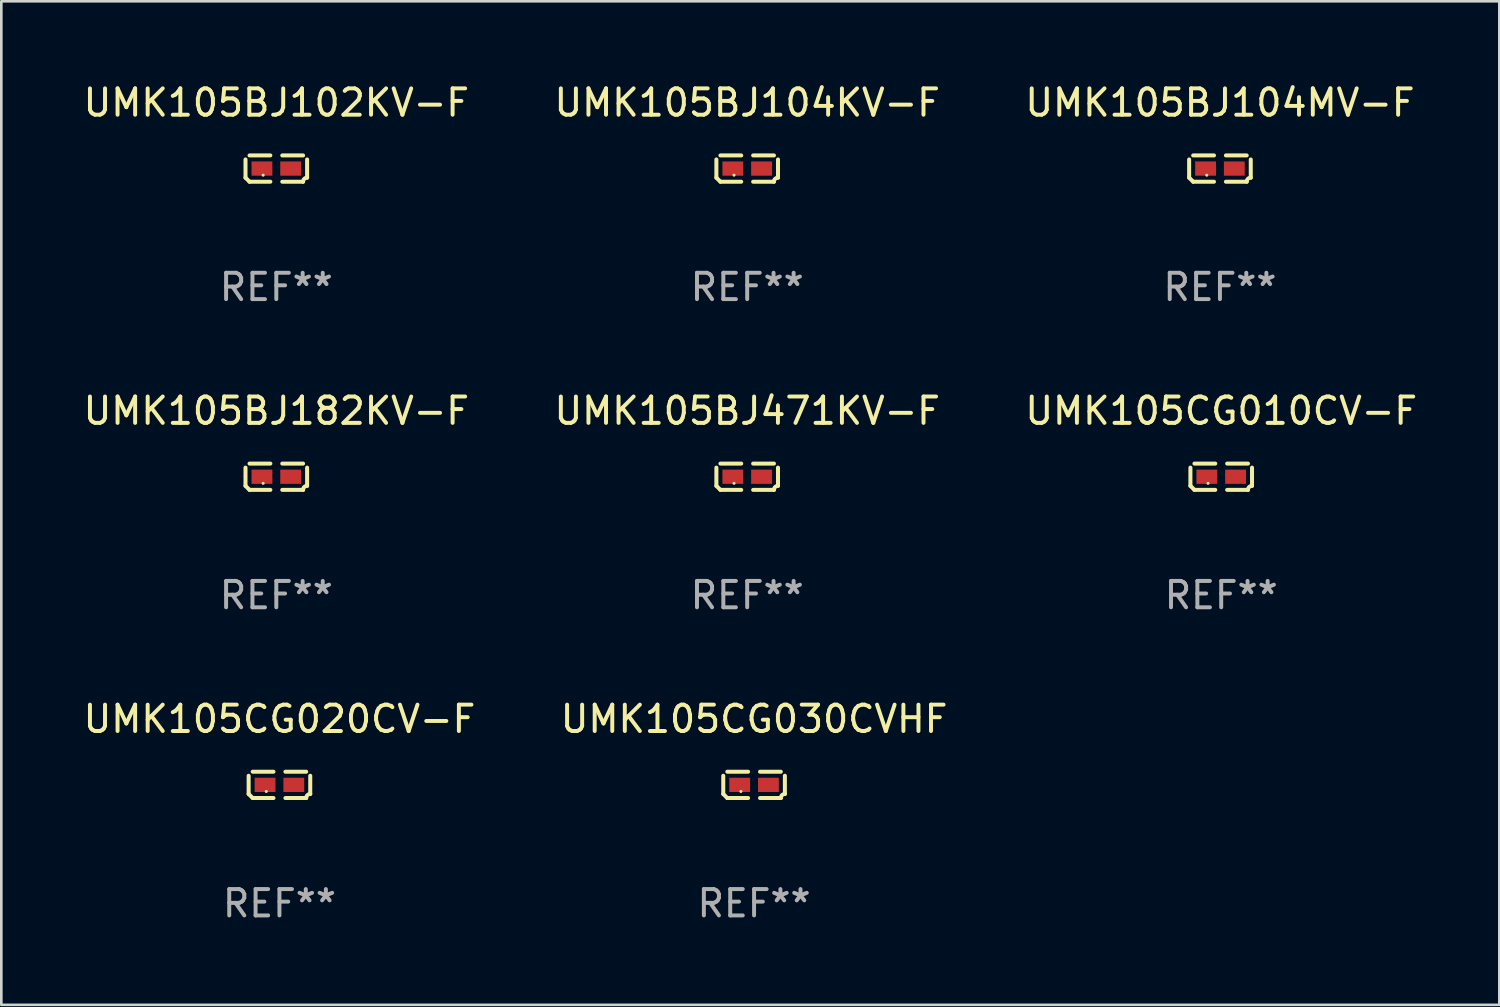
<source format=kicad_pcb>
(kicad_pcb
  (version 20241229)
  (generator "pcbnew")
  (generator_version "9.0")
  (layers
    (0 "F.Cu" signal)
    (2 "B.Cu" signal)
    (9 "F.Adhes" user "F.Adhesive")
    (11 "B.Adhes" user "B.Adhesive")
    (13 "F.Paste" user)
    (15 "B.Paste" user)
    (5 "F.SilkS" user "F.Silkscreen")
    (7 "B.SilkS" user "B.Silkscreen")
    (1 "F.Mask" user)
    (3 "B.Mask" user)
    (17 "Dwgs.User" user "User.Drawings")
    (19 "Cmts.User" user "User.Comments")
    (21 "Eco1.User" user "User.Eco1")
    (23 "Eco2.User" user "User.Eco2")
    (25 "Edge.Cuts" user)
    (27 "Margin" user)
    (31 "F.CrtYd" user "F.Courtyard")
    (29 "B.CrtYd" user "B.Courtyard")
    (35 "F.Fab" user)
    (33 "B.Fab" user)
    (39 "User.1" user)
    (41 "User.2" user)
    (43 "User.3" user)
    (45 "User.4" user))
  (footprint "UMK105BJ102KV-F"
    (layer "F.Cu")
    (at 7.435 3.347)
    (property "Reference" "UMK105BJ102KV-F" (at 0 -2.499 0) (layer "F.SilkS") (effects (font (size 1 1) (thickness 0.15))))
    (attr through_hole)
    (fp_line (start -1.169 0.346) (end -1.169 -0.346) (stroke (width 0.152) (type solid)) (layer "F.SilkS"))
    (fp_line (start -1.016 -0.499) (end -0.226 -0.499) (stroke (width 0.152) (type solid)) (layer "F.SilkS"))
    (fp_line (start -0.226 0.499) (end -1.016 0.499) (stroke (width 0.152) (type solid)) (layer "F.SilkS"))
    (fp_line (start 0.226 0.499) (end 1.016 0.499) (stroke (width 0.152) (type solid)) (layer "F.SilkS"))
    (fp_line (start 1.016 -0.499) (end 0.226 -0.499) (stroke (width 0.152) (type solid)) (layer "F.SilkS"))
    (fp_line (start 1.169 0.346) (end 1.169 -0.346) (stroke (width 0.152) (type solid)) (layer "F.SilkS"))
    (fp_arc (start -1.016307 0.498603) (mid -1.092512 0.422405) (end -1.16871 0.3462) (stroke (width 0.1524) (type solid)) (layer "F.SilkS"))
    (fp_arc (start 1.016307 0.498603) (mid 1.060899 0.390758) (end 1.168707 0.346076) (stroke (width 0.1524) (type solid)) (layer "F.SilkS"))
    (fp_circle (center -0.5 0.25) (end -0.47 0.25) (stroke (width 0.06) (type solid)) (fill no) (layer "F.SilkS"))
    (fp_text user "REF**" (at 0 4.499 0) (layer "F.Fab") (effects (font (size 1 1) (thickness 0.15))))
    (pad "1" smd rect (at -0.545 0) (size 0.79 0.54) (layers "F.Cu" "F.Mask" "F.Paste"))
    (pad "2" smd rect (at 0.545 0) (size 0.79 0.54) (layers "F.Cu" "F.Mask" "F.Paste")))
  (footprint "UMK105CG030CVHF"
    (layer "F.Cu")
    (at 25.565 26.734)
    (property "Reference" "UMK105CG030CVHF" (at 0 -2.499 0) (layer "F.SilkS") (effects (font (size 1 1) (thickness 0.15))))
    (attr through_hole)
    (fp_line (start -1.169 0.346) (end -1.169 -0.346) (stroke (width 0.152) (type solid)) (layer "F.SilkS"))
    (fp_line (start -1.016 -0.499) (end -0.226 -0.499) (stroke (width 0.152) (type solid)) (layer "F.SilkS"))
    (fp_line (start -0.226 0.499) (end -1.016 0.499) (stroke (width 0.152) (type solid)) (layer "F.SilkS"))
    (fp_line (start 0.226 0.499) (end 1.016 0.499) (stroke (width 0.152) (type solid)) (layer "F.SilkS"))
    (fp_line (start 1.016 -0.499) (end 0.226 -0.499) (stroke (width 0.152) (type solid)) (layer "F.SilkS"))
    (fp_line (start 1.169 0.346) (end 1.169 -0.346) (stroke (width 0.152) (type solid)) (layer "F.SilkS"))
    (fp_arc (start -1.016307 0.498603) (mid -1.092512 0.422405) (end -1.16871 0.3462) (stroke (width 0.1524) (type solid)) (layer "F.SilkS"))
    (fp_arc (start 1.016307 0.498603) (mid 1.060899 0.390758) (end 1.168707 0.346076) (stroke (width 0.1524) (type solid)) (layer "F.SilkS"))
    (fp_circle (center -0.5 0.25) (end -0.47 0.25) (stroke (width 0.06) (type solid)) (fill no) (layer "F.SilkS"))
    (fp_text user "REF**" (at 0 4.499 0) (layer "F.Fab") (effects (font (size 1 1) (thickness 0.15))))
    (pad "1" smd rect (at -0.545 0) (size 0.79 0.54) (layers "F.Cu" "F.Mask" "F.Paste"))
    (pad "2" smd rect (at 0.545 0) (size 0.79 0.54) (layers "F.Cu" "F.Mask" "F.Paste")))
  (footprint "UMK105CG020CV-F"
    (layer "F.Cu")
    (at 7.554 26.734)
    (property "Reference" "UMK105CG020CV-F" (at 0 -2.499 0) (layer "F.SilkS") (effects (font (size 1 1) (thickness 0.15))))
    (attr through_hole)
    (fp_line (start -1.169 0.346) (end -1.169 -0.346) (stroke (width 0.152) (type solid)) (layer "F.SilkS"))
    (fp_line (start -1.016 -0.499) (end -0.226 -0.499) (stroke (width 0.152) (type solid)) (layer "F.SilkS"))
    (fp_line (start -0.226 0.499) (end -1.016 0.499) (stroke (width 0.152) (type solid)) (layer "F.SilkS"))
    (fp_line (start 0.226 0.499) (end 1.016 0.499) (stroke (width 0.152) (type solid)) (layer "F.SilkS"))
    (fp_line (start 1.016 -0.499) (end 0.226 -0.499) (stroke (width 0.152) (type solid)) (layer "F.SilkS"))
    (fp_line (start 1.169 0.346) (end 1.169 -0.346) (stroke (width 0.152) (type solid)) (layer "F.SilkS"))
    (fp_arc (start -1.016307 0.498603) (mid -1.092512 0.422405) (end -1.16871 0.3462) (stroke (width 0.1524) (type solid)) (layer "F.SilkS"))
    (fp_arc (start 1.016307 0.498603) (mid 1.060899 0.390758) (end 1.168707 0.346076) (stroke (width 0.1524) (type solid)) (layer "F.SilkS"))
    (fp_circle (center -0.5 0.25) (end -0.47 0.25) (stroke (width 0.06) (type solid)) (fill no) (layer "F.SilkS"))
    (fp_text user "REF**" (at 0 4.499 0) (layer "F.Fab") (effects (font (size 1 1) (thickness 0.15))))
    (pad "1" smd rect (at -0.545 0) (size 0.79 0.54) (layers "F.Cu" "F.Mask" "F.Paste"))
    (pad "2" smd rect (at 0.545 0) (size 0.79 0.54) (layers "F.Cu" "F.Mask" "F.Paste")))
  (footprint "UMK105BJ104KV-F"
    (layer "F.Cu")
    (at 25.304 3.347)
    (property "Reference" "UMK105BJ104KV-F" (at 0 -2.499 0) (layer "F.SilkS") (effects (font (size 1 1) (thickness 0.15))))
    (attr through_hole)
    (fp_line (start -1.169 0.346) (end -1.169 -0.346) (stroke (width 0.152) (type solid)) (layer "F.SilkS"))
    (fp_line (start -1.016 -0.499) (end -0.226 -0.499) (stroke (width 0.152) (type solid)) (layer "F.SilkS"))
    (fp_line (start -0.226 0.499) (end -1.016 0.499) (stroke (width 0.152) (type solid)) (layer "F.SilkS"))
    (fp_line (start 0.226 0.499) (end 1.016 0.499) (stroke (width 0.152) (type solid)) (layer "F.SilkS"))
    (fp_line (start 1.016 -0.499) (end 0.226 -0.499) (stroke (width 0.152) (type solid)) (layer "F.SilkS"))
    (fp_line (start 1.169 0.346) (end 1.169 -0.346) (stroke (width 0.152) (type solid)) (layer "F.SilkS"))
    (fp_arc (start -1.016307 0.498603) (mid -1.092512 0.422405) (end -1.16871 0.3462) (stroke (width 0.1524) (type solid)) (layer "F.SilkS"))
    (fp_arc (start 1.016307 0.498603) (mid 1.060899 0.390758) (end 1.168707 0.346076) (stroke (width 0.1524) (type solid)) (layer "F.SilkS"))
    (fp_circle (center -0.5 0.25) (end -0.47 0.25) (stroke (width 0.06) (type solid)) (fill no) (layer "F.SilkS"))
    (fp_text user "REF**" (at 0 4.499 0) (layer "F.Fab") (effects (font (size 1 1) (thickness 0.15))))
    (pad "1" smd rect (at -0.545 0) (size 0.79 0.54) (layers "F.Cu" "F.Mask" "F.Paste"))
    (pad "2" smd rect (at 0.545 0) (size 0.79 0.54) (layers "F.Cu" "F.Mask" "F.Paste")))
  (footprint "UMK105CG010CV-F"
    (layer "F.Cu")
    (at 43.292 15.041)
    (property "Reference" "UMK105CG010CV-F" (at 0 -2.499 0) (layer "F.SilkS") (effects (font (size 1 1) (thickness 0.15))))
    (attr through_hole)
    (fp_line (start -1.169 0.346) (end -1.169 -0.346) (stroke (width 0.152) (type solid)) (layer "F.SilkS"))
    (fp_line (start -1.016 -0.499) (end -0.226 -0.499) (stroke (width 0.152) (type solid)) (layer "F.SilkS"))
    (fp_line (start -0.226 0.499) (end -1.016 0.499) (stroke (width 0.152) (type solid)) (layer "F.SilkS"))
    (fp_line (start 0.226 0.499) (end 1.016 0.499) (stroke (width 0.152) (type solid)) (layer "F.SilkS"))
    (fp_line (start 1.016 -0.499) (end 0.226 -0.499) (stroke (width 0.152) (type solid)) (layer "F.SilkS"))
    (fp_line (start 1.169 0.346) (end 1.169 -0.346) (stroke (width 0.152) (type solid)) (layer "F.SilkS"))
    (fp_arc (start -1.016307 0.498603) (mid -1.092512 0.422405) (end -1.16871 0.3462) (stroke (width 0.1524) (type solid)) (layer "F.SilkS"))
    (fp_arc (start 1.016307 0.498603) (mid 1.060899 0.390758) (end 1.168707 0.346076) (stroke (width 0.1524) (type solid)) (layer "F.SilkS"))
    (fp_circle (center -0.5 0.25) (end -0.47 0.25) (stroke (width 0.06) (type solid)) (fill no) (layer "F.SilkS"))
    (fp_text user "REF**" (at 0 4.499 0) (layer "F.Fab") (effects (font (size 1 1) (thickness 0.15))))
    (pad "1" smd rect (at -0.545 0) (size 0.79 0.54) (layers "F.Cu" "F.Mask" "F.Paste"))
    (pad "2" smd rect (at 0.545 0) (size 0.79 0.54) (layers "F.Cu" "F.Mask" "F.Paste")))
  (footprint "UMK105BJ471KV-F"
    (layer "F.Cu")
    (at 25.304 15.041)
    (property "Reference" "UMK105BJ471KV-F" (at 0 -2.499 0) (layer "F.SilkS") (effects (font (size 1 1) (thickness 0.15))))
    (attr through_hole)
    (fp_line (start -1.169 0.346) (end -1.169 -0.346) (stroke (width 0.152) (type solid)) (layer "F.SilkS"))
    (fp_line (start -1.016 -0.499) (end -0.226 -0.499) (stroke (width 0.152) (type solid)) (layer "F.SilkS"))
    (fp_line (start -0.226 0.499) (end -1.016 0.499) (stroke (width 0.152) (type solid)) (layer "F.SilkS"))
    (fp_line (start 0.226 0.499) (end 1.016 0.499) (stroke (width 0.152) (type solid)) (layer "F.SilkS"))
    (fp_line (start 1.016 -0.499) (end 0.226 -0.499) (stroke (width 0.152) (type solid)) (layer "F.SilkS"))
    (fp_line (start 1.169 0.346) (end 1.169 -0.346) (stroke (width 0.152) (type solid)) (layer "F.SilkS"))
    (fp_arc (start -1.016307 0.498603) (mid -1.092512 0.422405) (end -1.16871 0.3462) (stroke (width 0.1524) (type solid)) (layer "F.SilkS"))
    (fp_arc (start 1.016307 0.498603) (mid 1.060899 0.390758) (end 1.168707 0.346076) (stroke (width 0.1524) (type solid)) (layer "F.SilkS"))
    (fp_circle (center -0.5 0.25) (end -0.47 0.25) (stroke (width 0.06) (type solid)) (fill no) (layer "F.SilkS"))
    (fp_text user "REF**" (at 0 4.499 0) (layer "F.Fab") (effects (font (size 1 1) (thickness 0.15))))
    (pad "1" smd rect (at -0.545 0) (size 0.79 0.54) (layers "F.Cu" "F.Mask" "F.Paste"))
    (pad "2" smd rect (at 0.545 0) (size 0.79 0.54) (layers "F.Cu" "F.Mask" "F.Paste")))
  (footprint "UMK105BJ182KV-F"
    (layer "F.Cu")
    (at 7.435 15.041)
    (property "Reference" "UMK105BJ182KV-F" (at 0 -2.499 0) (layer "F.SilkS") (effects (font (size 1 1) (thickness 0.15))))
    (attr through_hole)
    (fp_line (start -1.169 0.346) (end -1.169 -0.346) (stroke (width 0.152) (type solid)) (layer "F.SilkS"))
    (fp_line (start -1.016 -0.499) (end -0.226 -0.499) (stroke (width 0.152) (type solid)) (layer "F.SilkS"))
    (fp_line (start -0.226 0.499) (end -1.016 0.499) (stroke (width 0.152) (type solid)) (layer "F.SilkS"))
    (fp_line (start 0.226 0.499) (end 1.016 0.499) (stroke (width 0.152) (type solid)) (layer "F.SilkS"))
    (fp_line (start 1.016 -0.499) (end 0.226 -0.499) (stroke (width 0.152) (type solid)) (layer "F.SilkS"))
    (fp_line (start 1.169 0.346) (end 1.169 -0.346) (stroke (width 0.152) (type solid)) (layer "F.SilkS"))
    (fp_arc (start -1.016307 0.498603) (mid -1.092512 0.422405) (end -1.16871 0.3462) (stroke (width 0.1524) (type solid)) (layer "F.SilkS"))
    (fp_arc (start 1.016307 0.498603) (mid 1.060899 0.390758) (end 1.168707 0.346076) (stroke (width 0.1524) (type solid)) (layer "F.SilkS"))
    (fp_circle (center -0.5 0.25) (end -0.47 0.25) (stroke (width 0.06) (type solid)) (fill no) (layer "F.SilkS"))
    (fp_text user "REF**" (at 0 4.499 0) (layer "F.Fab") (effects (font (size 1 1) (thickness 0.15))))
    (pad "1" smd rect (at -0.545 0) (size 0.79 0.54) (layers "F.Cu" "F.Mask" "F.Paste"))
    (pad "2" smd rect (at 0.545 0) (size 0.79 0.54) (layers "F.Cu" "F.Mask" "F.Paste")))
  (footprint "UMK105BJ104MV-F"
    (layer "F.Cu")
    (at 43.244 3.347)
    (property "Reference" "UMK105BJ104MV-F" (at 0 -2.499 0) (layer "F.SilkS") (effects (font (size 1 1) (thickness 0.15))))
    (attr through_hole)
    (fp_line (start -1.169 0.346) (end -1.169 -0.346) (stroke (width 0.152) (type solid)) (layer "F.SilkS"))
    (fp_line (start -1.016 -0.499) (end -0.226 -0.499) (stroke (width 0.152) (type solid)) (layer "F.SilkS"))
    (fp_line (start -0.226 0.499) (end -1.016 0.499) (stroke (width 0.152) (type solid)) (layer "F.SilkS"))
    (fp_line (start 0.226 0.499) (end 1.016 0.499) (stroke (width 0.152) (type solid)) (layer "F.SilkS"))
    (fp_line (start 1.016 -0.499) (end 0.226 -0.499) (stroke (width 0.152) (type solid)) (layer "F.SilkS"))
    (fp_line (start 1.169 0.346) (end 1.169 -0.346) (stroke (width 0.152) (type solid)) (layer "F.SilkS"))
    (fp_arc (start -1.016307 0.498603) (mid -1.092512 0.422405) (end -1.16871 0.3462) (stroke (width 0.1524) (type solid)) (layer "F.SilkS"))
    (fp_arc (start 1.016307 0.498603) (mid 1.060899 0.390758) (end 1.168707 0.346076) (stroke (width 0.1524) (type solid)) (layer "F.SilkS"))
    (fp_circle (center -0.5 0.25) (end -0.47 0.25) (stroke (width 0.06) (type solid)) (fill no) (layer "F.SilkS"))
    (fp_text user "REF**" (at 0 4.499 0) (layer "F.Fab") (effects (font (size 1 1) (thickness 0.15))))
    (pad "1" smd rect (at -0.545 0) (size 0.79 0.54) (layers "F.Cu" "F.Mask" "F.Paste"))
    (pad "2" smd rect (at 0.545 0) (size 0.79 0.54) (layers "F.Cu" "F.Mask" "F.Paste")))
  (gr_rect
    (start -3 -3)
    (end 53.845 35.081)
    (stroke (width 0.1) (type default))
    (fill no)
    (layer "Edge.Cuts")))
</source>
